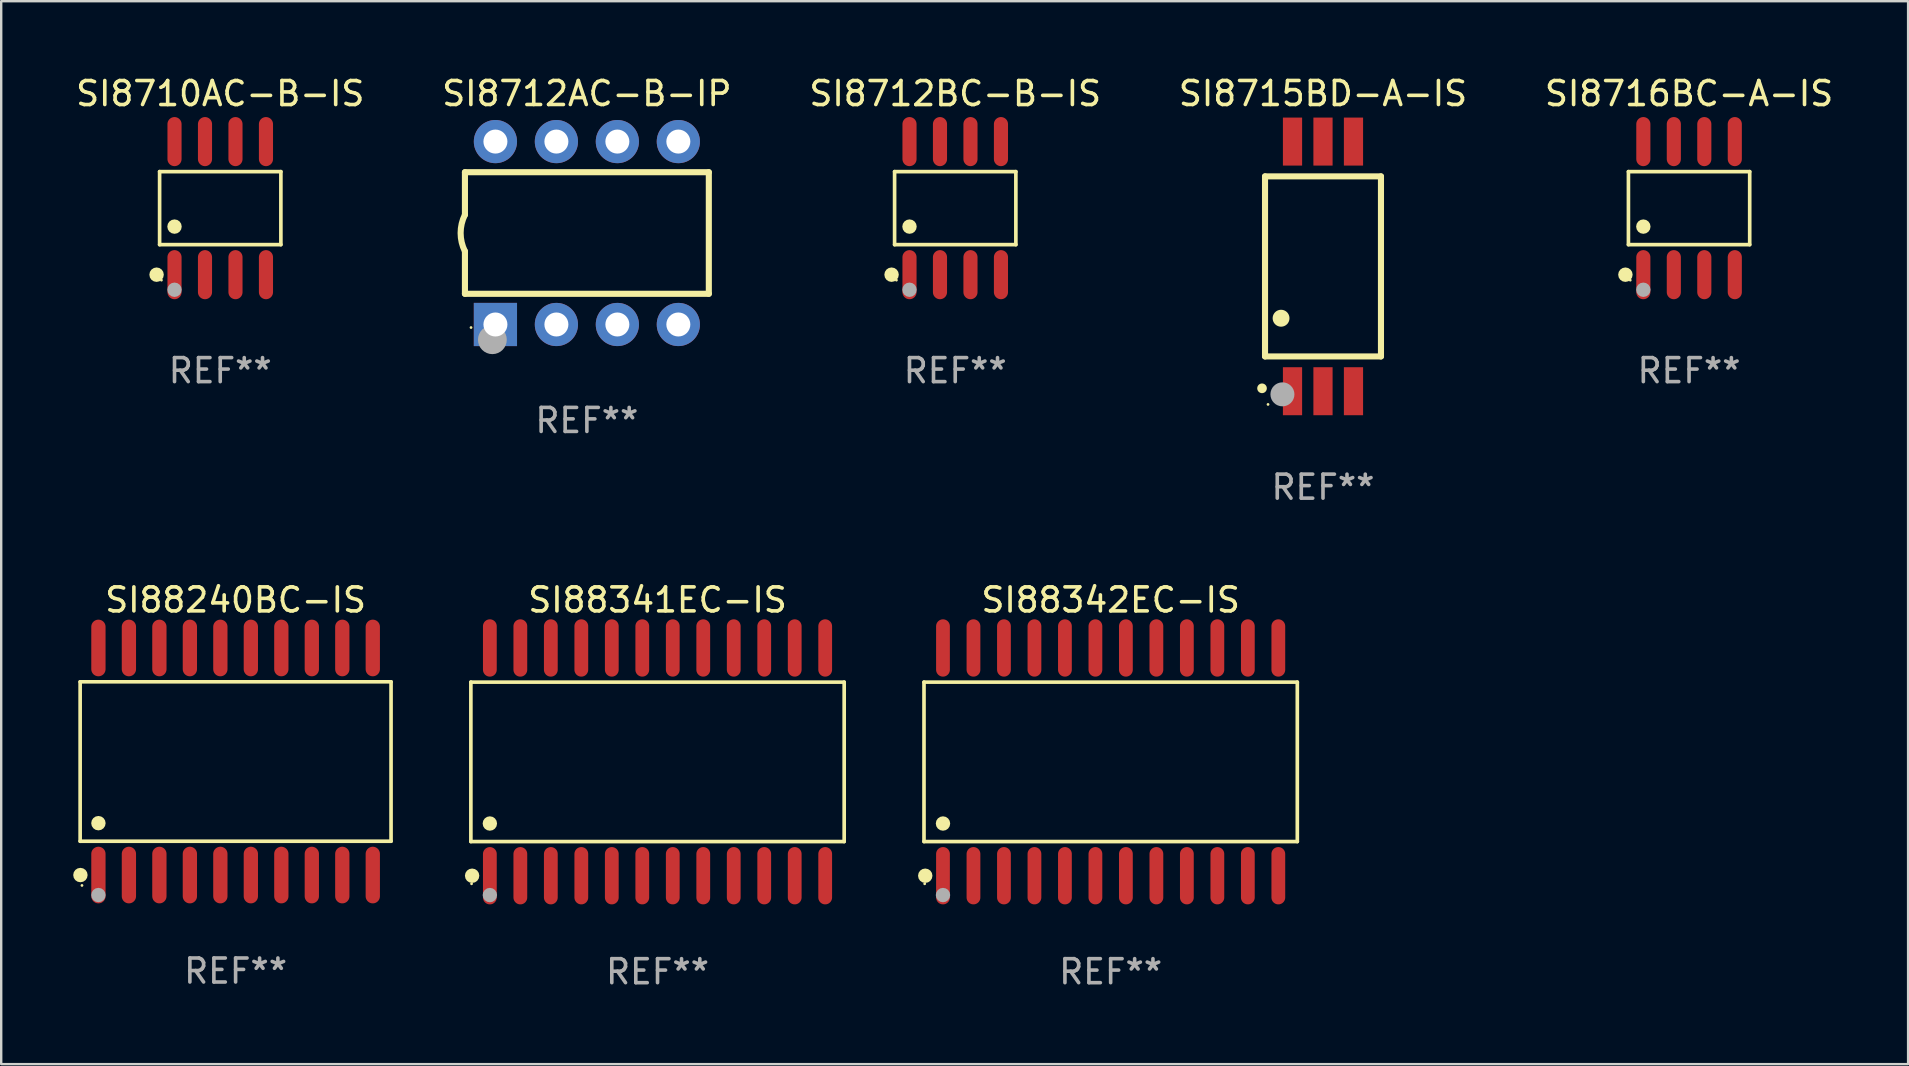
<source format=kicad_pcb>
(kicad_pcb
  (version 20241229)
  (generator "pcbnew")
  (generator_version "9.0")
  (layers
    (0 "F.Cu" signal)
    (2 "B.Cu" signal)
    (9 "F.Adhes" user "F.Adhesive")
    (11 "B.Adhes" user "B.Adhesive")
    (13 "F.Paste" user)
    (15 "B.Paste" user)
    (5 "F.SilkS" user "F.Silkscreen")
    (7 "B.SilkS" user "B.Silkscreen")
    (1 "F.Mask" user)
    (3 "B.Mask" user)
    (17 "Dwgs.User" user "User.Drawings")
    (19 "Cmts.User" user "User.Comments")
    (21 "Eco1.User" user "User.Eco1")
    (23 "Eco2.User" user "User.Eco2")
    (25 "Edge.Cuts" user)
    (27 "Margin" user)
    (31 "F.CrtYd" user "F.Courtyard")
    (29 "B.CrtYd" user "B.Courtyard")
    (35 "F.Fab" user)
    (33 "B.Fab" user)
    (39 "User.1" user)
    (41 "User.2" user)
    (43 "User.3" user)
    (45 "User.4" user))
  (footprint "SI88341EC-IS"
    (layer "F.Cu")
    (at 24.342 28.688)
    (property "Reference" "SI88341EC-IS" (at 0 -6.744 0) (layer "F.SilkS") (effects (font (size 1 1) (thickness 0.15))))
    (attr through_hole)
    (fp_line (start -7.776 -3.321) (end 7.776 -3.321) (stroke (width 0.152) (type solid)) (layer "F.SilkS"))
    (fp_line (start -7.776 3.321) (end -7.776 -3.321) (stroke (width 0.152) (type solid)) (layer "F.SilkS"))
    (fp_line (start 7.776 -3.321) (end 7.776 3.321) (stroke (width 0.152) (type solid)) (layer "F.SilkS"))
    (fp_line (start 7.776 3.321) (end -7.776 3.321) (stroke (width 0.152) (type solid)) (layer "F.SilkS"))
    (fp_circle (center -7.747 5.08) (end -7.717 5.08) (stroke (width 0.06) (type solid)) (fill no) (layer "F.SilkS"))
    (fp_circle (center -7.724 4.744) (end -7.574 4.744) (stroke (width 0.3) (type solid)) (fill no) (layer "F.SilkS"))
    (fp_circle (center -6.985 2.569) (end -6.835 2.569) (stroke (width 0.3) (type solid)) (fill no) (layer "F.SilkS"))
    (fp_circle (center -6.985 5.55) (end -6.835 5.55) (stroke (width 0.3) (type solid)) (fill no) (layer "F.Fab"))
    (fp_text user "REF**" (at 0 8.744 0) (layer "F.Fab") (effects (font (size 1 1) (thickness 0.15))))
    (pad "1" smd oval (at -6.985 4.744) (size 0.574 2.388) (layers "F.Cu" "F.Mask" "F.Paste"))
    (pad "2" smd oval (at -5.715 4.744) (size 0.574 2.388) (layers "F.Cu" "F.Mask" "F.Paste"))
    (pad "3" smd oval (at -4.445 4.744) (size 0.574 2.388) (layers "F.Cu" "F.Mask" "F.Paste"))
    (pad "4" smd oval (at -3.175 4.744) (size 0.574 2.388) (layers "F.Cu" "F.Mask" "F.Paste"))
    (pad "5" smd oval (at -1.905 4.744) (size 0.574 2.388) (layers "F.Cu" "F.Mask" "F.Paste"))
    (pad "6" smd oval (at -0.635 4.744) (size 0.574 2.388) (layers "F.Cu" "F.Mask" "F.Paste"))
    (pad "7" smd oval (at 0.635 4.744) (size 0.574 2.388) (layers "F.Cu" "F.Mask" "F.Paste"))
    (pad "8" smd oval (at 1.905 4.744) (size 0.574 2.388) (layers "F.Cu" "F.Mask" "F.Paste"))
    (pad "9" smd oval (at 3.175 4.744) (size 0.574 2.388) (layers "F.Cu" "F.Mask" "F.Paste"))
    (pad "10" smd oval (at 4.445 4.744) (size 0.574 2.388) (layers "F.Cu" "F.Mask" "F.Paste"))
    (pad "11" smd oval (at 5.715 4.744) (size 0.574 2.388) (layers "F.Cu" "F.Mask" "F.Paste"))
    (pad "12" smd oval (at 6.985 4.744) (size 0.574 2.388) (layers "F.Cu" "F.Mask" "F.Paste"))
    (pad "13" smd oval (at 6.985 -4.744) (size 0.574 2.388) (layers "F.Cu" "F.Mask" "F.Paste"))
    (pad "14" smd oval (at 5.715 -4.744) (size 0.574 2.388) (layers "F.Cu" "F.Mask" "F.Paste"))
    (pad "15" smd oval (at 4.445 -4.744) (size 0.574 2.388) (layers "F.Cu" "F.Mask" "F.Paste"))
    (pad "16" smd oval (at 3.175 -4.744) (size 0.574 2.388) (layers "F.Cu" "F.Mask" "F.Paste"))
    (pad "17" smd oval (at 1.905 -4.744) (size 0.574 2.388) (layers "F.Cu" "F.Mask" "F.Paste"))
    (pad "18" smd oval (at 0.635 -4.744) (size 0.574 2.388) (layers "F.Cu" "F.Mask" "F.Paste"))
    (pad "19" smd oval (at -0.635 -4.744) (size 0.574 2.388) (layers "F.Cu" "F.Mask" "F.Paste"))
    (pad "20" smd oval (at -1.905 -4.744) (size 0.574 2.388) (layers "F.Cu" "F.Mask" "F.Paste"))
    (pad "21" smd oval (at -3.175 -4.744) (size 0.574 2.388) (layers "F.Cu" "F.Mask" "F.Paste"))
    (pad "22" smd oval (at -4.445 -4.744) (size 0.574 2.388) (layers "F.Cu" "F.Mask" "F.Paste"))
    (pad "23" smd oval (at -5.715 -4.744) (size 0.574 2.388) (layers "F.Cu" "F.Mask" "F.Paste"))
    (pad "24" smd oval (at -6.985 -4.744) (size 0.574 2.388) (layers "F.Cu" "F.Mask" "F.Paste")))
  (footprint "SI8716BC-A-IS"
    (layer "F.Cu")
    (at 67.315 5.621)
    (property "Reference" "SI8716BC-A-IS" (at 0 -4.772 0) (layer "F.SilkS") (effects (font (size 1 1) (thickness 0.15))))
    (attr through_hole)
    (fp_line (start -2.526 -1.521) (end 2.526 -1.521) (stroke (width 0.152) (type solid)) (layer "F.SilkS"))
    (fp_line (start -2.526 1.521) (end -2.526 -1.521) (stroke (width 0.152) (type solid)) (layer "F.SilkS"))
    (fp_line (start 2.526 -1.521) (end 2.526 1.521) (stroke (width 0.152) (type solid)) (layer "F.SilkS"))
    (fp_line (start 2.526 1.521) (end -2.526 1.521) (stroke (width 0.152) (type solid)) (layer "F.SilkS"))
    (fp_circle (center -2.652 2.772) (end -2.501 2.772) (stroke (width 0.3) (type solid)) (fill no) (layer "F.SilkS"))
    (fp_circle (center -2.45 3) (end -2.42 3) (stroke (width 0.06) (type solid)) (fill no) (layer "F.SilkS"))
    (fp_circle (center -1.905 0.769) (end -1.755 0.769) (stroke (width 0.3) (type solid)) (fill no) (layer "F.SilkS"))
    (fp_circle (center -1.905 3.4) (end -1.755 3.4) (stroke (width 0.3) (type solid)) (fill no) (layer "F.Fab"))
    (fp_text user "REF**" (at 0 6.772 0) (layer "F.Fab") (effects (font (size 1 1) (thickness 0.15))))
    (pad "1" smd oval (at -1.905 2.772) (size 0.588 2.045) (layers "F.Cu" "F.Mask" "F.Paste"))
    (pad "2" smd oval (at -0.635 2.772) (size 0.588 2.045) (layers "F.Cu" "F.Mask" "F.Paste"))
    (pad "3" smd oval (at 0.635 2.772) (size 0.588 2.045) (layers "F.Cu" "F.Mask" "F.Paste"))
    (pad "4" smd oval (at 1.905 2.772) (size 0.588 2.045) (layers "F.Cu" "F.Mask" "F.Paste"))
    (pad "5" smd oval (at 1.905 -2.772) (size 0.588 2.045) (layers "F.Cu" "F.Mask" "F.Paste"))
    (pad "6" smd oval (at 0.635 -2.772) (size 0.588 2.045) (layers "F.Cu" "F.Mask" "F.Paste"))
    (pad "7" smd oval (at -0.635 -2.772) (size 0.588 2.045) (layers "F.Cu" "F.Mask" "F.Paste"))
    (pad "8" smd oval (at -1.905 -2.772) (size 0.588 2.045) (layers "F.Cu" "F.Mask" "F.Paste")))
  (footprint "SI88342EC-IS"
    (layer "F.Cu")
    (at 43.219 28.688)
    (property "Reference" "SI88342EC-IS" (at 0 -6.744 0) (layer "F.SilkS") (effects (font (size 1 1) (thickness 0.15))))
    (attr through_hole)
    (fp_line (start -7.776 -3.321) (end 7.776 -3.321) (stroke (width 0.152) (type solid)) (layer "F.SilkS"))
    (fp_line (start -7.776 3.321) (end -7.776 -3.321) (stroke (width 0.152) (type solid)) (layer "F.SilkS"))
    (fp_line (start 7.776 -3.321) (end 7.776 3.321) (stroke (width 0.152) (type solid)) (layer "F.SilkS"))
    (fp_line (start 7.776 3.321) (end -7.776 3.321) (stroke (width 0.152) (type solid)) (layer "F.SilkS"))
    (fp_circle (center -7.747 5.08) (end -7.717 5.08) (stroke (width 0.06) (type solid)) (fill no) (layer "F.SilkS"))
    (fp_circle (center -7.724 4.744) (end -7.574 4.744) (stroke (width 0.3) (type solid)) (fill no) (layer "F.SilkS"))
    (fp_circle (center -6.985 2.569) (end -6.835 2.569) (stroke (width 0.3) (type solid)) (fill no) (layer "F.SilkS"))
    (fp_circle (center -6.985 5.55) (end -6.835 5.55) (stroke (width 0.3) (type solid)) (fill no) (layer "F.Fab"))
    (fp_text user "REF**" (at 0 8.744 0) (layer "F.Fab") (effects (font (size 1 1) (thickness 0.15))))
    (pad "1" smd oval (at -6.985 4.744) (size 0.574 2.388) (layers "F.Cu" "F.Mask" "F.Paste"))
    (pad "2" smd oval (at -5.715 4.744) (size 0.574 2.388) (layers "F.Cu" "F.Mask" "F.Paste"))
    (pad "3" smd oval (at -4.445 4.744) (size 0.574 2.388) (layers "F.Cu" "F.Mask" "F.Paste"))
    (pad "4" smd oval (at -3.175 4.744) (size 0.574 2.388) (layers "F.Cu" "F.Mask" "F.Paste"))
    (pad "5" smd oval (at -1.905 4.744) (size 0.574 2.388) (layers "F.Cu" "F.Mask" "F.Paste"))
    (pad "6" smd oval (at -0.635 4.744) (size 0.574 2.388) (layers "F.Cu" "F.Mask" "F.Paste"))
    (pad "7" smd oval (at 0.635 4.744) (size 0.574 2.388) (layers "F.Cu" "F.Mask" "F.Paste"))
    (pad "8" smd oval (at 1.905 4.744) (size 0.574 2.388) (layers "F.Cu" "F.Mask" "F.Paste"))
    (pad "9" smd oval (at 3.175 4.744) (size 0.574 2.388) (layers "F.Cu" "F.Mask" "F.Paste"))
    (pad "10" smd oval (at 4.445 4.744) (size 0.574 2.388) (layers "F.Cu" "F.Mask" "F.Paste"))
    (pad "11" smd oval (at 5.715 4.744) (size 0.574 2.388) (layers "F.Cu" "F.Mask" "F.Paste"))
    (pad "12" smd oval (at 6.985 4.744) (size 0.574 2.388) (layers "F.Cu" "F.Mask" "F.Paste"))
    (pad "13" smd oval (at 6.985 -4.744) (size 0.574 2.388) (layers "F.Cu" "F.Mask" "F.Paste"))
    (pad "14" smd oval (at 5.715 -4.744) (size 0.574 2.388) (layers "F.Cu" "F.Mask" "F.Paste"))
    (pad "15" smd oval (at 4.445 -4.744) (size 0.574 2.388) (layers "F.Cu" "F.Mask" "F.Paste"))
    (pad "16" smd oval (at 3.175 -4.744) (size 0.574 2.388) (layers "F.Cu" "F.Mask" "F.Paste"))
    (pad "17" smd oval (at 1.905 -4.744) (size 0.574 2.388) (layers "F.Cu" "F.Mask" "F.Paste"))
    (pad "18" smd oval (at 0.635 -4.744) (size 0.574 2.388) (layers "F.Cu" "F.Mask" "F.Paste"))
    (pad "19" smd oval (at -0.635 -4.744) (size 0.574 2.388) (layers "F.Cu" "F.Mask" "F.Paste"))
    (pad "20" smd oval (at -1.905 -4.744) (size 0.574 2.388) (layers "F.Cu" "F.Mask" "F.Paste"))
    (pad "21" smd oval (at -3.175 -4.744) (size 0.574 2.388) (layers "F.Cu" "F.Mask" "F.Paste"))
    (pad "22" smd oval (at -4.445 -4.744) (size 0.574 2.388) (layers "F.Cu" "F.Mask" "F.Paste"))
    (pad "23" smd oval (at -5.715 -4.744) (size 0.574 2.388) (layers "F.Cu" "F.Mask" "F.Paste"))
    (pad "24" smd oval (at -6.985 -4.744) (size 0.574 2.388) (layers "F.Cu" "F.Mask" "F.Paste")))
  (footprint "SI8715BD-A-IS"
    (layer "F.Cu")
    (at 52.065 8.048)
    (property "Reference" "SI8715BD-A-IS" (at 0 -7.2 0) (layer "F.SilkS") (effects (font (size 1 1) (thickness 0.15))))
    (attr through_hole)
    (fp_line (start -2.415 -3.75) (end 2.415 -3.75) (stroke (width 0.254) (type solid)) (layer "F.SilkS"))
    (fp_line (start -2.415 3.75) (end -2.415 -3.75) (stroke (width 0.254) (type solid)) (layer "F.SilkS"))
    (fp_line (start -2.415 3.75) (end 2.415 3.75) (stroke (width 0.254) (type solid)) (layer "F.SilkS"))
    (fp_line (start 2.415 3.75) (end 2.415 -3.75) (stroke (width 0.254) (type solid)) (layer "F.SilkS"))
    (fp_arc (start -2.540005 5.079858) (mid -2.540009 5.078588) (end -2.540005 5.077318) (stroke (width 0.4) (type solid)) (layer "F.SilkS"))
    (fp_arc (start -1.746965 2.161417) (mid -1.746974 2.158877) (end -1.746965 2.156337) (stroke (width 0.700003) (type solid)) (layer "F.SilkS"))
    (fp_circle (center -2.29 5.75) (end -2.26 5.75) (stroke (width 0.06) (type solid)) (fill no) (layer "F.SilkS"))
    (fp_circle (center -1.69 5.33) (end -1.44 5.33) (stroke (width 0.5) (type solid)) (fill no) (layer "F.Fab"))
    (fp_text user "REF**" (at 0 9.2 0) (layer "F.Fab") (effects (font (size 1 1) (thickness 0.15))))
    (pad "1" smd rect (at -1.27 5.2) (size 0.8 2) (layers "F.Cu" "F.Mask" "F.Paste"))
    (pad "2" smd rect (at -0.000025 5.2) (size 0.8 2) (layers "F.Cu" "F.Mask" "F.Paste"))
    (pad "3" smd rect (at 1.27 5.2) (size 0.8 2) (layers "F.Cu" "F.Mask" "F.Paste"))
    (pad "4" smd rect (at 1.27 -5.2) (size 0.8 2) (layers "F.Cu" "F.Mask" "F.Paste"))
    (pad "5" smd rect (at -0.000025 -5.2) (size 0.8 2) (layers "F.Cu" "F.Mask" "F.Paste"))
    (pad "6" smd rect (at -1.27 -5.2) (size 0.8 2) (layers "F.Cu" "F.Mask" "F.Paste")))
  (footprint "SI88240BC-IS"
    (layer "F.Cu")
    (at 6.765 28.674)
    (property "Reference" "SI88240BC-IS" (at 0 -6.73 0) (layer "F.SilkS") (effects (font (size 1 1) (thickness 0.15))))
    (attr through_hole)
    (fp_line (start -6.476 -3.321) (end 6.476 -3.321) (stroke (width 0.152) (type solid)) (layer "F.SilkS"))
    (fp_line (start -6.476 3.321) (end -6.476 -3.321) (stroke (width 0.152) (type solid)) (layer "F.SilkS"))
    (fp_line (start 6.476 -3.321) (end 6.476 3.321) (stroke (width 0.152) (type solid)) (layer "F.SilkS"))
    (fp_line (start 6.476 3.321) (end -6.476 3.321) (stroke (width 0.152) (type solid)) (layer "F.SilkS"))
    (fp_circle (center -6.465 4.73) (end -6.315 4.73) (stroke (width 0.3) (type solid)) (fill no) (layer "F.SilkS"))
    (fp_circle (center -6.4 5.163) (end -6.37 5.163) (stroke (width 0.06) (type solid)) (fill no) (layer "F.SilkS"))
    (fp_circle (center -5.715 2.569) (end -5.565 2.569) (stroke (width 0.3) (type solid)) (fill no) (layer "F.SilkS"))
    (fp_circle (center -5.715 5.563) (end -5.565 5.563) (stroke (width 0.3) (type solid)) (fill no) (layer "F.Fab"))
    (fp_text user "REF**" (at 0 8.73 0) (layer "F.Fab") (effects (font (size 1 1) (thickness 0.15))))
    (pad "1" smd oval (at -5.715 4.73) (size 0.595 2.36) (layers "F.Cu" "F.Mask" "F.Paste"))
    (pad "2" smd oval (at -4.445 4.73) (size 0.595 2.36) (layers "F.Cu" "F.Mask" "F.Paste"))
    (pad "3" smd oval (at -3.175 4.73) (size 0.595 2.36) (layers "F.Cu" "F.Mask" "F.Paste"))
    (pad "4" smd oval (at -1.905 4.73) (size 0.595 2.36) (layers "F.Cu" "F.Mask" "F.Paste"))
    (pad "5" smd oval (at -0.635 4.73) (size 0.595 2.36) (layers "F.Cu" "F.Mask" "F.Paste"))
    (pad "6" smd oval (at 0.635 4.73) (size 0.595 2.36) (layers "F.Cu" "F.Mask" "F.Paste"))
    (pad "7" smd oval (at 1.905 4.73) (size 0.595 2.36) (layers "F.Cu" "F.Mask" "F.Paste"))
    (pad "8" smd oval (at 3.175 4.73) (size 0.595 2.36) (layers "F.Cu" "F.Mask" "F.Paste"))
    (pad "9" smd oval (at 4.445 4.73) (size 0.595 2.36) (layers "F.Cu" "F.Mask" "F.Paste"))
    (pad "10" smd oval (at 5.715 4.73) (size 0.595 2.36) (layers "F.Cu" "F.Mask" "F.Paste"))
    (pad "11" smd oval (at 5.715 -4.73) (size 0.595 2.36) (layers "F.Cu" "F.Mask" "F.Paste"))
    (pad "12" smd oval (at 4.445 -4.73) (size 0.595 2.36) (layers "F.Cu" "F.Mask" "F.Paste"))
    (pad "13" smd oval (at 3.175 -4.73) (size 0.595 2.36) (layers "F.Cu" "F.Mask" "F.Paste"))
    (pad "14" smd oval (at 1.905 -4.73) (size 0.595 2.36) (layers "F.Cu" "F.Mask" "F.Paste"))
    (pad "15" smd oval (at 0.635 -4.73) (size 0.595 2.36) (layers "F.Cu" "F.Mask" "F.Paste"))
    (pad "16" smd oval (at -0.635 -4.73) (size 0.595 2.36) (layers "F.Cu" "F.Mask" "F.Paste"))
    (pad "17" smd oval (at -1.905 -4.73) (size 0.595 2.36) (layers "F.Cu" "F.Mask" "F.Paste"))
    (pad "18" smd oval (at -3.175 -4.73) (size 0.595 2.36) (layers "F.Cu" "F.Mask" "F.Paste"))
    (pad "19" smd oval (at -4.445 -4.73) (size 0.595 2.36) (layers "F.Cu" "F.Mask" "F.Paste"))
    (pad "20" smd oval (at -5.715 -4.73) (size 0.595 2.36) (layers "F.Cu" "F.Mask" "F.Paste")))
  (footprint "SI8710AC-B-IS"
    (layer "F.Cu")
    (at 6.125 5.621)
    (property "Reference" "SI8710AC-B-IS" (at 0 -4.772 0) (layer "F.SilkS") (effects (font (size 1 1) (thickness 0.15))))
    (attr through_hole)
    (fp_line (start -2.526 -1.521) (end 2.526 -1.521) (stroke (width 0.152) (type solid)) (layer "F.SilkS"))
    (fp_line (start -2.526 1.521) (end -2.526 -1.521) (stroke (width 0.152) (type solid)) (layer "F.SilkS"))
    (fp_line (start 2.526 -1.521) (end 2.526 1.521) (stroke (width 0.152) (type solid)) (layer "F.SilkS"))
    (fp_line (start 2.526 1.521) (end -2.526 1.521) (stroke (width 0.152) (type solid)) (layer "F.SilkS"))
    (fp_circle (center -2.652 2.772) (end -2.501 2.772) (stroke (width 0.3) (type solid)) (fill no) (layer "F.SilkS"))
    (fp_circle (center -2.45 3) (end -2.42 3) (stroke (width 0.06) (type solid)) (fill no) (layer "F.SilkS"))
    (fp_circle (center -1.905 0.769) (end -1.755 0.769) (stroke (width 0.3) (type solid)) (fill no) (layer "F.SilkS"))
    (fp_circle (center -1.905 3.4) (end -1.755 3.4) (stroke (width 0.3) (type solid)) (fill no) (layer "F.Fab"))
    (fp_text user "REF**" (at 0 6.772 0) (layer "F.Fab") (effects (font (size 1 1) (thickness 0.15))))
    (pad "1" smd oval (at -1.905 2.772) (size 0.588 2.045) (layers "F.Cu" "F.Mask" "F.Paste"))
    (pad "2" smd oval (at -0.635 2.772) (size 0.588 2.045) (layers "F.Cu" "F.Mask" "F.Paste"))
    (pad "3" smd oval (at 0.635 2.772) (size 0.588 2.045) (layers "F.Cu" "F.Mask" "F.Paste"))
    (pad "4" smd oval (at 1.905 2.772) (size 0.588 2.045) (layers "F.Cu" "F.Mask" "F.Paste"))
    (pad "5" smd oval (at 1.905 -2.772) (size 0.588 2.045) (layers "F.Cu" "F.Mask" "F.Paste"))
    (pad "6" smd oval (at 0.635 -2.772) (size 0.588 2.045) (layers "F.Cu" "F.Mask" "F.Paste"))
    (pad "7" smd oval (at -0.635 -2.772) (size 0.588 2.045) (layers "F.Cu" "F.Mask" "F.Paste"))
    (pad "8" smd oval (at -1.905 -2.772) (size 0.588 2.045) (layers "F.Cu" "F.Mask" "F.Paste")))
  (footprint "SI8712AC-B-IP"
    (layer "F.Cu")
    (at 21.399 6.658)
    (property "Reference" "SI8712AC-B-IP" (at 0 -5.81 0) (layer "F.SilkS") (effects (font (size 1 1) (thickness 0.15))))
    (attr through_hole)
    (fp_line (start -5.08 -2.534) (end 5.08 -2.534) (stroke (width 0.254) (type solid)) (layer "F.SilkS"))
    (fp_line (start -5.08 -0.762) (end -5.08 -2.534) (stroke (width 0.254) (type solid)) (layer "F.SilkS"))
    (fp_line (start -5.08 2.531) (end -5.08 0.762) (stroke (width 0.254) (type solid)) (layer "F.SilkS"))
    (fp_line (start -5.08 2.531) (end 5.08 2.531) (stroke (width 0.254) (type solid)) (layer "F.SilkS"))
    (fp_line (start 5.08 2.531) (end 5.08 -2.534) (stroke (width 0.254) (type solid)) (layer "F.SilkS"))
    (fp_arc (start -5.08001 0.762001) (mid -5.259894 0) (end -5.08001 -0.762002) (stroke (width 0.254001) (type solid)) (layer "F.SilkS"))
    (fp_circle (center -4.826 3.937) (end -4.796 3.937) (stroke (width 0.06) (type solid)) (fill no) (layer "F.SilkS"))
    (fp_circle (center -3.937 4.445) (end -3.637 4.445) (stroke (width 0.6) (type solid)) (fill no) (layer "F.Fab"))
    (fp_text user "REF**" (at 0 7.81 0) (layer "F.Fab") (effects (font (size 1 1) (thickness 0.15))))
    (pad "1" thru_hole rect (at -3.81 3.81) (size 1.8 1.8) (drill 1) (layers "*.Cu" "*.Mask"))
    (pad "2" thru_hole circle (at -1.27 3.81) (size 1.8 1.8) (drill 1) (layers "*.Cu" "*.Mask"))
    (pad "3" thru_hole circle (at 1.27 3.81) (size 1.8 1.8) (drill 1) (layers "*.Cu" "*.Mask"))
    (pad "4" thru_hole circle (at 3.81 3.81) (size 1.8 1.8) (drill 1) (layers "*.Cu" "*.Mask"))
    (pad "5" thru_hole circle (at 3.81 -3.81) (size 1.8 1.8) (drill 1) (layers "*.Cu" "*.Mask"))
    (pad "6" thru_hole circle (at 1.27 -3.81) (size 1.8 1.8) (drill 1) (layers "*.Cu" "*.Mask"))
    (pad "7" thru_hole circle (at -1.27 -3.81) (size 1.8 1.8) (drill 1) (layers "*.Cu" "*.Mask"))
    (pad "8" thru_hole circle (at -3.81 -3.81) (size 1.8 1.8) (drill 1) (layers "*.Cu" "*.Mask")))
  (footprint "SI8712BC-B-IS"
    (layer "F.Cu")
    (at 36.744 5.621)
    (property "Reference" "SI8712BC-B-IS" (at 0 -4.772 0) (layer "F.SilkS") (effects (font (size 1 1) (thickness 0.15))))
    (attr through_hole)
    (fp_line (start -2.526 -1.521) (end 2.526 -1.521) (stroke (width 0.152) (type solid)) (layer "F.SilkS"))
    (fp_line (start -2.526 1.521) (end -2.526 -1.521) (stroke (width 0.152) (type solid)) (layer "F.SilkS"))
    (fp_line (start 2.526 -1.521) (end 2.526 1.521) (stroke (width 0.152) (type solid)) (layer "F.SilkS"))
    (fp_line (start 2.526 1.521) (end -2.526 1.521) (stroke (width 0.152) (type solid)) (layer "F.SilkS"))
    (fp_circle (center -2.652 2.772) (end -2.501 2.772) (stroke (width 0.3) (type solid)) (fill no) (layer "F.SilkS"))
    (fp_circle (center -2.45 3) (end -2.42 3) (stroke (width 0.06) (type solid)) (fill no) (layer "F.SilkS"))
    (fp_circle (center -1.905 0.769) (end -1.755 0.769) (stroke (width 0.3) (type solid)) (fill no) (layer "F.SilkS"))
    (fp_circle (center -1.905 3.4) (end -1.755 3.4) (stroke (width 0.3) (type solid)) (fill no) (layer "F.Fab"))
    (fp_text user "REF**" (at 0 6.772 0) (layer "F.Fab") (effects (font (size 1 1) (thickness 0.15))))
    (pad "1" smd oval (at -1.905 2.772) (size 0.588 2.045) (layers "F.Cu" "F.Mask" "F.Paste"))
    (pad "2" smd oval (at -0.635 2.772) (size 0.588 2.045) (layers "F.Cu" "F.Mask" "F.Paste"))
    (pad "3" smd oval (at 0.635 2.772) (size 0.588 2.045) (layers "F.Cu" "F.Mask" "F.Paste"))
    (pad "4" smd oval (at 1.905 2.772) (size 0.588 2.045) (layers "F.Cu" "F.Mask" "F.Paste"))
    (pad "5" smd oval (at 1.905 -2.772) (size 0.588 2.045) (layers "F.Cu" "F.Mask" "F.Paste"))
    (pad "6" smd oval (at 0.635 -2.772) (size 0.588 2.045) (layers "F.Cu" "F.Mask" "F.Paste"))
    (pad "7" smd oval (at -0.635 -2.772) (size 0.588 2.045) (layers "F.Cu" "F.Mask" "F.Paste"))
    (pad "8" smd oval (at -1.905 -2.772) (size 0.588 2.045) (layers "F.Cu" "F.Mask" "F.Paste")))
  (gr_rect
    (start -3 -3)
    (end 76.44 41.28)
    (stroke (width 0.1) (type default))
    (fill no)
    (layer "Edge.Cuts")))
</source>
